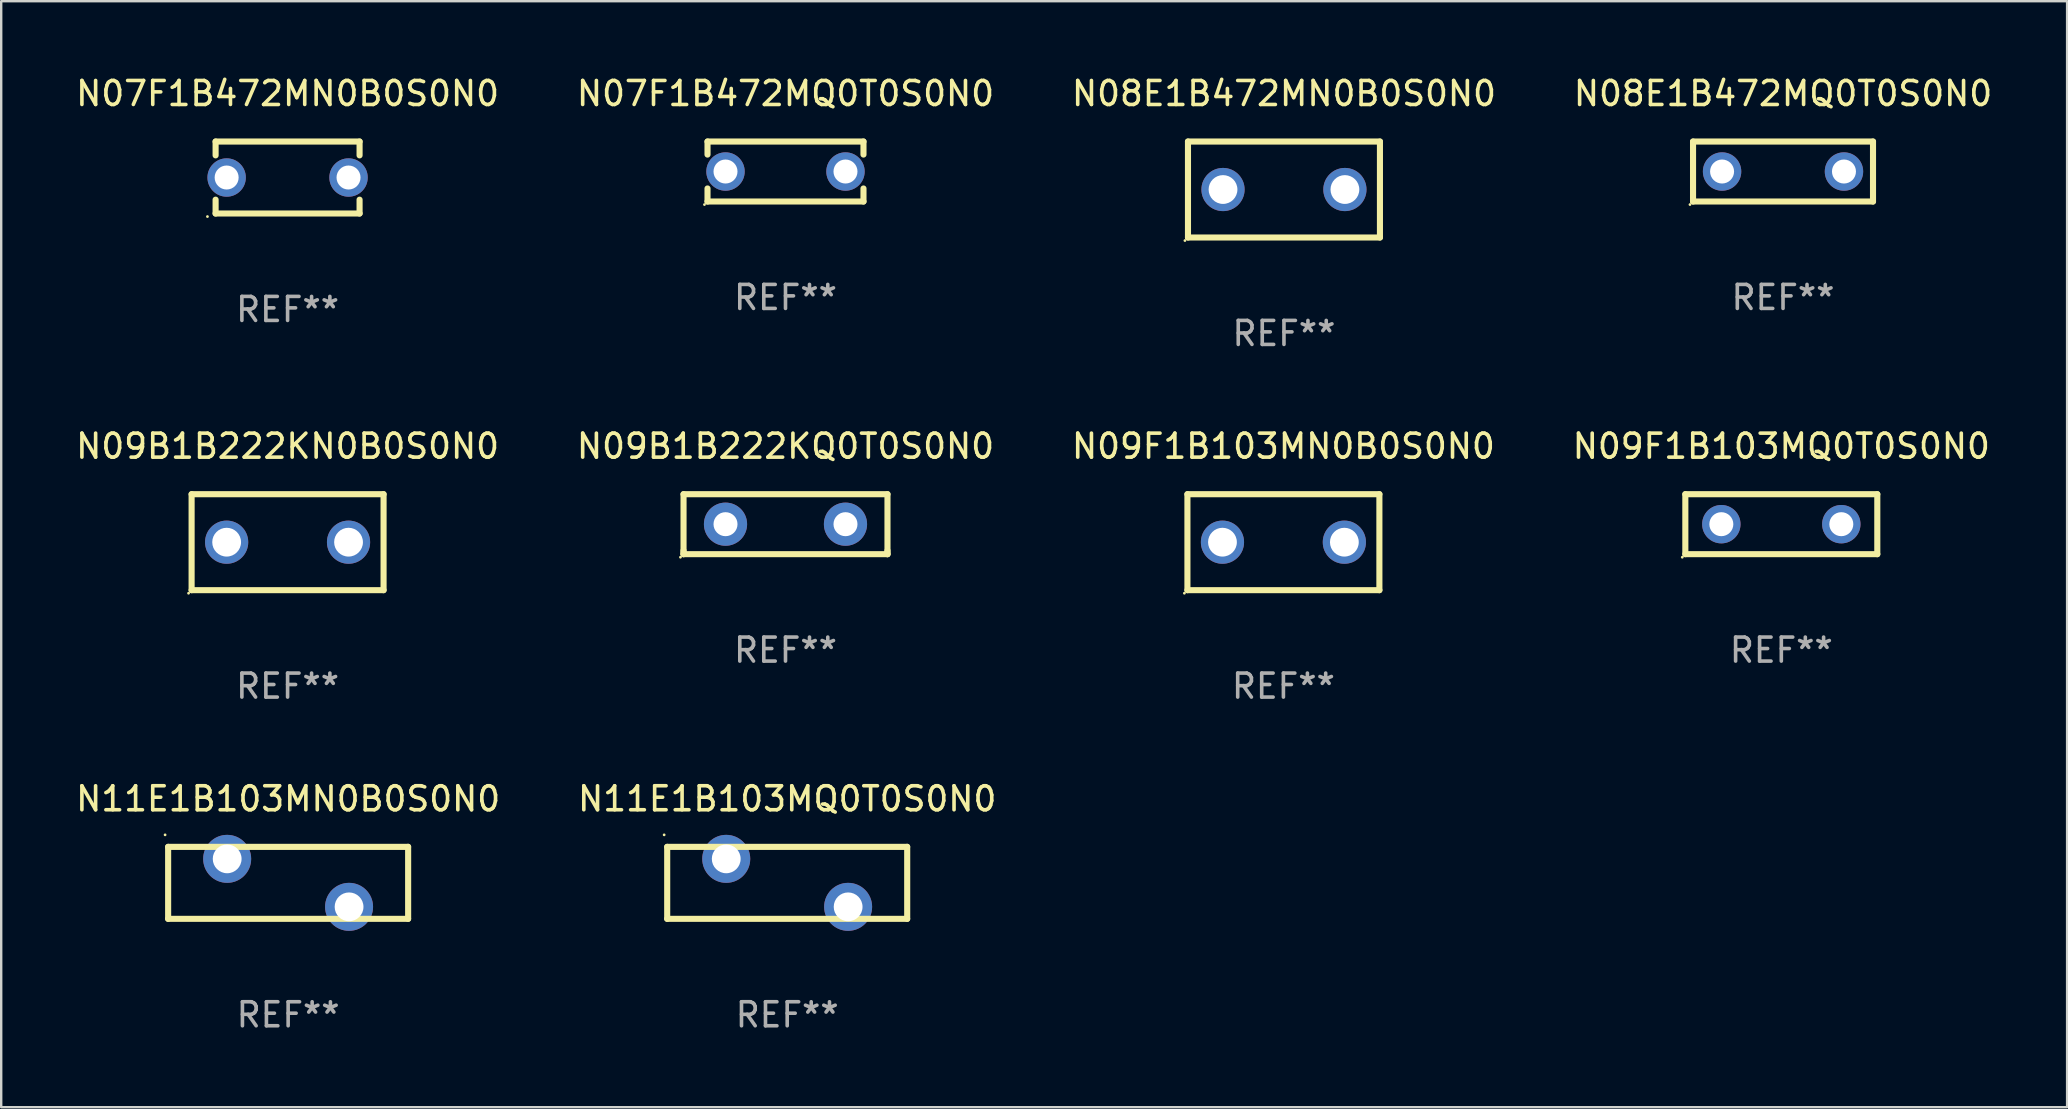
<source format=kicad_pcb>
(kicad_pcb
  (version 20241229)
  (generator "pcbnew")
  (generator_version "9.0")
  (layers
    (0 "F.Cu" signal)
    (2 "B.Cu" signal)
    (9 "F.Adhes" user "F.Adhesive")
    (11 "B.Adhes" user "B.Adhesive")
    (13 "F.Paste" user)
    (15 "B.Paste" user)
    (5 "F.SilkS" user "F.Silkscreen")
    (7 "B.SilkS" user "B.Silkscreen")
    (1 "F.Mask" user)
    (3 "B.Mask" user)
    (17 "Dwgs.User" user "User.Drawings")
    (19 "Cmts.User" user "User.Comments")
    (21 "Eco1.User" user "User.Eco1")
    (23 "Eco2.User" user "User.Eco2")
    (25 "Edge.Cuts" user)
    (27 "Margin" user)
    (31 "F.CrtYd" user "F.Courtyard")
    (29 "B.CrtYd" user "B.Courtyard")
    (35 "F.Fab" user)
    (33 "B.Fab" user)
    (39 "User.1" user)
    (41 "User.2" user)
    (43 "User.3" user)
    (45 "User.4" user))
  (footprint "N11E1B103MN0B0S0N0"
    (layer "F.Cu")
    (at 8.958 33.742)
    (property "Reference" "N11E1B103MN0B0S0N0" (at 0 -3.501 0) (layer "F.SilkS") (effects (font (size 1 1) (thickness 0.15))))
    (attr through_hole)
    (fp_line (start -5.001 -1.5) (end 4.999 -1.5) (stroke (width 0.254) (type solid)) (layer "F.SilkS"))
    (fp_line (start -5.001 1.5) (end -5.001 -1.5) (stroke (width 0.254) (type solid)) (layer "F.SilkS"))
    (fp_line (start 4.999 1.5) (end -5.001 1.5) (stroke (width 0.254) (type solid)) (layer "F.SilkS"))
    (fp_line (start 5.001 -1.501) (end 5.001 1.501) (stroke (width 0.254) (type solid)) (layer "F.SilkS"))
    (fp_circle (center -5.128 -2) (end -5.098 -2) (stroke (width 0.06) (type solid)) (fill no) (layer "F.SilkS"))
    (fp_text user "REF**" (at 0 5.501 0) (layer "F.Fab") (effects (font (size 1 1) (thickness 0.15))))
    (pad "1" thru_hole circle (at -2.541 -1) (size 2 2) (drill 1.2) (layers "*.Cu" "*.Mask"))
    (pad "2" thru_hole circle (at 2.539 1) (size 2 2) (drill 1.2) (layers "*.Cu" "*.Mask")))
  (footprint "N09F1B103MQ0T0S0N0"
    (layer "F.Cu")
    (at 71.185 18.795)
    (property "Reference" "N09F1B103MQ0T0S0N0" (at 0 -3.25 0) (layer "F.SilkS") (effects (font (size 1 1) (thickness 0.15))))
    (attr through_hole)
    (fp_line (start -4 -1.25) (end -4 1.25) (stroke (width 0.254) (type solid)) (layer "F.SilkS"))
    (fp_line (start -4 -1.25) (end 4 -1.25) (stroke (width 0.254) (type solid)) (layer "F.SilkS"))
    (fp_line (start 4 -1.25) (end 4 1.25) (stroke (width 0.254) (type solid)) (layer "F.SilkS"))
    (fp_line (start 4 1.25) (end -4 1.25) (stroke (width 0.254) (type solid)) (layer "F.SilkS"))
    (fp_circle (center -4.127 1.377) (end -4.097 1.377) (stroke (width 0.06) (type solid)) (fill no) (layer "F.SilkS"))
    (fp_text user "REF**" (at 0 5.25 0) (layer "F.Fab") (effects (font (size 1 1) (thickness 0.15))))
    (pad "1" thru_hole circle (at -2.5 0) (size 1.6 1.6) (drill 1) (layers "*.Cu" "*.Mask"))
    (pad "2" thru_hole circle (at 2.5 0) (size 1.6 1.6) (drill 1) (layers "*.Cu" "*.Mask")))
  (footprint "N07F1B472MN0B0S0N0"
    (layer "F.Cu")
    (at 8.935 4.348)
    (property "Reference" "N07F1B472MN0B0S0N0" (at 0 -3.5 0) (layer "F.SilkS") (effects (font (size 1 1) (thickness 0.15))))
    (attr through_hole)
    (fp_line (start -3 -1.5) (end -3 -0.923) (stroke (width 0.254) (type solid)) (layer "F.SilkS"))
    (fp_line (start -3 -1.5) (end 3 -1.5) (stroke (width 0.254) (type solid)) (layer "F.SilkS"))
    (fp_line (start -3 0.923) (end -3 1.5) (stroke (width 0.254) (type solid)) (layer "F.SilkS"))
    (fp_line (start 3 -1.5) (end 3 -0.923) (stroke (width 0.254) (type solid)) (layer "F.SilkS"))
    (fp_line (start 3 0.923) (end 3 1.5) (stroke (width 0.254) (type solid)) (layer "F.SilkS"))
    (fp_line (start 3 1.5) (end -3 1.5) (stroke (width 0.254) (type solid)) (layer "F.SilkS"))
    (fp_circle (center -3.34 1.627) (end -3.31 1.627) (stroke (width 0.06) (type solid)) (fill no) (layer "F.SilkS"))
    (fp_text user "REF**" (at 0 5.5 0) (layer "F.Fab") (effects (font (size 1 1) (thickness 0.15))))
    (pad "1" thru_hole circle (at -2.54 0) (size 1.6 1.6) (drill 1) (layers "*.Cu" "*.Mask"))
    (pad "2" thru_hole circle (at 2.54 0) (size 1.6 1.6) (drill 1) (layers "*.Cu" "*.Mask")))
  (footprint "N07F1B472MQ0T0S0N0"
    (layer "F.Cu")
    (at 29.685 4.098)
    (property "Reference" "N07F1B472MQ0T0S0N0" (at 0 -3.25 0) (layer "F.SilkS") (effects (font (size 1 1) (thickness 0.15))))
    (attr through_hole)
    (fp_line (start -3.25 -1.25) (end -3.25 -0.706) (stroke (width 0.254) (type solid)) (layer "F.SilkS"))
    (fp_line (start -3.25 -1.25) (end 3.25 -1.25) (stroke (width 0.254) (type solid)) (layer "F.SilkS"))
    (fp_line (start -3.25 0.706) (end -3.25 1.25) (stroke (width 0.254) (type solid)) (layer "F.SilkS"))
    (fp_line (start 3.25 1.25) (end -3.25 1.25) (stroke (width 0.254) (type solid)) (layer "F.SilkS"))
    (fp_line (start 3.25 -1.25) (end 3.25 -0.707) (stroke (width 0.254) (type solid)) (layer "F.SilkS"))
    (fp_line (start 3.25 0.707) (end 3.25 1.25) (stroke (width 0.254) (type solid)) (layer "F.SilkS"))
    (fp_circle (center -3.377 1.377) (end -3.347 1.377) (stroke (width 0.06) (type solid)) (fill no) (layer "F.SilkS"))
    (fp_text user "REF**" (at 0 5.25 0) (layer "F.Fab") (effects (font (size 1 1) (thickness 0.15))))
    (pad "1" thru_hole circle (at -2.5 0) (size 1.6 1.6) (drill 1) (layers "*.Cu" "*.Mask"))
    (pad "2" thru_hole circle (at 2.5 0) (size 1.6 1.6) (drill 1) (layers "*.Cu" "*.Mask")))
  (footprint "N08E1B472MQ0T0S0N0"
    (layer "F.Cu")
    (at 71.256 4.098)
    (property "Reference" "N08E1B472MQ0T0S0N0" (at 0 -3.25 0) (layer "F.SilkS") (effects (font (size 1 1) (thickness 0.15))))
    (attr through_hole)
    (fp_line (start -3.75 -1.25) (end 3.75 -1.25) (stroke (width 0.254) (type solid)) (layer "F.SilkS"))
    (fp_line (start -3.75 1.25) (end -3.75 -1.25) (stroke (width 0.254) (type solid)) (layer "F.SilkS"))
    (fp_line (start 3.75 -1.25) (end 3.75 1.25) (stroke (width 0.254) (type solid)) (layer "F.SilkS"))
    (fp_line (start 3.75 1.25) (end -3.75 1.25) (stroke (width 0.254) (type solid)) (layer "F.SilkS"))
    (fp_circle (center -3.877 1.377) (end -3.847 1.377) (stroke (width 0.06) (type solid)) (fill no) (layer "F.SilkS"))
    (fp_text user "REF**" (at 0 5.25 0) (layer "F.Fab") (effects (font (size 1 1) (thickness 0.15))))
    (pad "1" thru_hole circle (at -2.54 0) (size 1.6 1.6) (drill 1) (layers "*.Cu" "*.Mask"))
    (pad "2" thru_hole circle (at 2.54 0) (size 1.6 1.6) (drill 1) (layers "*.Cu" "*.Mask")))
  (footprint "N11E1B103MQ0T0S0N0"
    (layer "F.Cu")
    (at 29.756 33.742)
    (property "Reference" "N11E1B103MQ0T0S0N0" (at 0 -3.501 0) (layer "F.SilkS") (effects (font (size 1 1) (thickness 0.15))))
    (attr through_hole)
    (fp_line (start -5.001 -1.5) (end 4.999 -1.5) (stroke (width 0.254) (type solid)) (layer "F.SilkS"))
    (fp_line (start -5.001 1.5) (end -5.001 -1.5) (stroke (width 0.254) (type solid)) (layer "F.SilkS"))
    (fp_line (start 4.999 1.5) (end -5.001 1.5) (stroke (width 0.254) (type solid)) (layer "F.SilkS"))
    (fp_line (start 5.001 -1.501) (end 5.001 1.501) (stroke (width 0.254) (type solid)) (layer "F.SilkS"))
    (fp_circle (center -5.128 -2) (end -5.098 -2) (stroke (width 0.06) (type solid)) (fill no) (layer "F.SilkS"))
    (fp_text user "REF**" (at 0 5.501 0) (layer "F.Fab") (effects (font (size 1 1) (thickness 0.15))))
    (pad "1" thru_hole circle (at -2.541 -1) (size 2 2) (drill 1.2) (layers "*.Cu" "*.Mask"))
    (pad "2" thru_hole circle (at 2.539 1) (size 2 2) (drill 1.2) (layers "*.Cu" "*.Mask")))
  (footprint "N08E1B472MN0B0S0N0"
    (layer "F.Cu")
    (at 50.458 4.848)
    (property "Reference" "N08E1B472MN0B0S0N0" (at 0 -4 0) (layer "F.SilkS") (effects (font (size 1 1) (thickness 0.15))))
    (attr through_hole)
    (fp_line (start -4 -2) (end 4 -2) (stroke (width 0.254) (type solid)) (layer "F.SilkS"))
    (fp_line (start -4 2) (end -4 -2) (stroke (width 0.254) (type solid)) (layer "F.SilkS"))
    (fp_line (start 4 -2) (end 4 2) (stroke (width 0.254) (type solid)) (layer "F.SilkS"))
    (fp_line (start 4 2) (end -4 2) (stroke (width 0.254) (type solid)) (layer "F.SilkS"))
    (fp_circle (center -4.127 2.127) (end -4.097 2.127) (stroke (width 0.06) (type solid)) (fill no) (layer "F.SilkS"))
    (fp_text user "REF**" (at 0 6 0) (layer "F.Fab") (effects (font (size 1 1) (thickness 0.15))))
    (pad "1" thru_hole circle (at -2.54 0) (size 1.8 1.8) (drill 1.2) (layers "*.Cu" "*.Mask"))
    (pad "2" thru_hole circle (at 2.54 0) (size 1.8 1.8) (drill 1.2) (layers "*.Cu" "*.Mask")))
  (footprint "N09B1B222KQ0T0S0N0"
    (layer "F.Cu")
    (at 29.685 18.795)
    (property "Reference" "N09B1B222KQ0T0S0N0" (at 0 -3.25 0) (layer "F.SilkS") (effects (font (size 1 1) (thickness 0.15))))
    (attr through_hole)
    (fp_line (start -4.25 -1.25) (end 4.25 -1.25) (stroke (width 0.254) (type solid)) (layer "F.SilkS"))
    (fp_line (start -4.25 1.25) (end -4.25 1.1) (stroke (width 0.254) (type solid)) (layer "F.SilkS"))
    (fp_line (start -4.25 1.25) (end 4.25 1.25) (stroke (width 0.254) (type solid)) (layer "F.SilkS"))
    (fp_line (start -4.249 1.25) (end -4.249 -1.25) (stroke (width 0.254) (type solid)) (layer "F.SilkS"))
    (fp_line (start 4.25 1.25) (end 4.25 -1.25) (stroke (width 0.254) (type solid)) (layer "F.SilkS"))
    (fp_line (start 4.25 1.25) (end 4.25 1.1) (stroke (width 0.254) (type solid)) (layer "F.SilkS"))
    (fp_circle (center -4.377 1.377) (end -4.347 1.377) (stroke (width 0.06) (type solid)) (fill no) (layer "F.SilkS"))
    (fp_text user "REF**" (at 0 5.25 0) (layer "F.Fab") (effects (font (size 1 1) (thickness 0.15))))
    (pad "1" thru_hole circle (at -2.5 0) (size 1.8 1.8) (drill 1) (layers "*.Cu" "*.Mask"))
    (pad "2" thru_hole circle (at 2.5 0) (size 1.8 1.8) (drill 1) (layers "*.Cu" "*.Mask")))
  (footprint "N09F1B103MN0B0S0N0"
    (layer "F.Cu")
    (at 50.435 19.545)
    (property "Reference" "N09F1B103MN0B0S0N0" (at 0 -4 0) (layer "F.SilkS") (effects (font (size 1 1) (thickness 0.15))))
    (attr through_hole)
    (fp_line (start -4 -2) (end 4 -2) (stroke (width 0.254) (type solid)) (layer "F.SilkS"))
    (fp_line (start -4 2) (end -4 -2) (stroke (width 0.254) (type solid)) (layer "F.SilkS"))
    (fp_line (start 4 -2) (end 4 2) (stroke (width 0.254) (type solid)) (layer "F.SilkS"))
    (fp_line (start 4 2) (end -4 2) (stroke (width 0.254) (type solid)) (layer "F.SilkS"))
    (fp_circle (center -4.127 2.127) (end -4.097 2.127) (stroke (width 0.06) (type solid)) (fill no) (layer "F.SilkS"))
    (fp_text user "REF**" (at 0 6 0) (layer "F.Fab") (effects (font (size 1 1) (thickness 0.15))))
    (pad "1" thru_hole circle (at -2.54 0) (size 1.8 1.8) (drill 1.2) (layers "*.Cu" "*.Mask"))
    (pad "2" thru_hole circle (at 2.54 0) (size 1.8 1.8) (drill 1.2) (layers "*.Cu" "*.Mask")))
  (footprint "N09B1B222KN0B0S0N0"
    (layer "F.Cu")
    (at 8.935 19.545)
    (property "Reference" "N09B1B222KN0B0S0N0" (at 0 -4 0) (layer "F.SilkS") (effects (font (size 1 1) (thickness 0.15))))
    (attr through_hole)
    (fp_line (start -4 -2) (end 4 -2) (stroke (width 0.254) (type solid)) (layer "F.SilkS"))
    (fp_line (start -4 2) (end -4 -2) (stroke (width 0.254) (type solid)) (layer "F.SilkS"))
    (fp_line (start 4 -2) (end 4 2) (stroke (width 0.254) (type solid)) (layer "F.SilkS"))
    (fp_line (start 4 2) (end -4 2) (stroke (width 0.254) (type solid)) (layer "F.SilkS"))
    (fp_circle (center -4.127 2.127) (end -4.097 2.127) (stroke (width 0.06) (type solid)) (fill no) (layer "F.SilkS"))
    (fp_text user "REF**" (at 0 6 0) (layer "F.Fab") (effects (font (size 1 1) (thickness 0.15))))
    (pad "1" thru_hole circle (at -2.54 0) (size 1.8 1.8) (drill 1.2) (layers "*.Cu" "*.Mask"))
    (pad "2" thru_hole circle (at 2.54 0) (size 1.8 1.8) (drill 1.2) (layers "*.Cu" "*.Mask")))
  (gr_rect
    (start -3 -3)
    (end 83.095 43.092)
    (stroke (width 0.1) (type default))
    (fill no)
    (layer "Edge.Cuts")))
</source>
